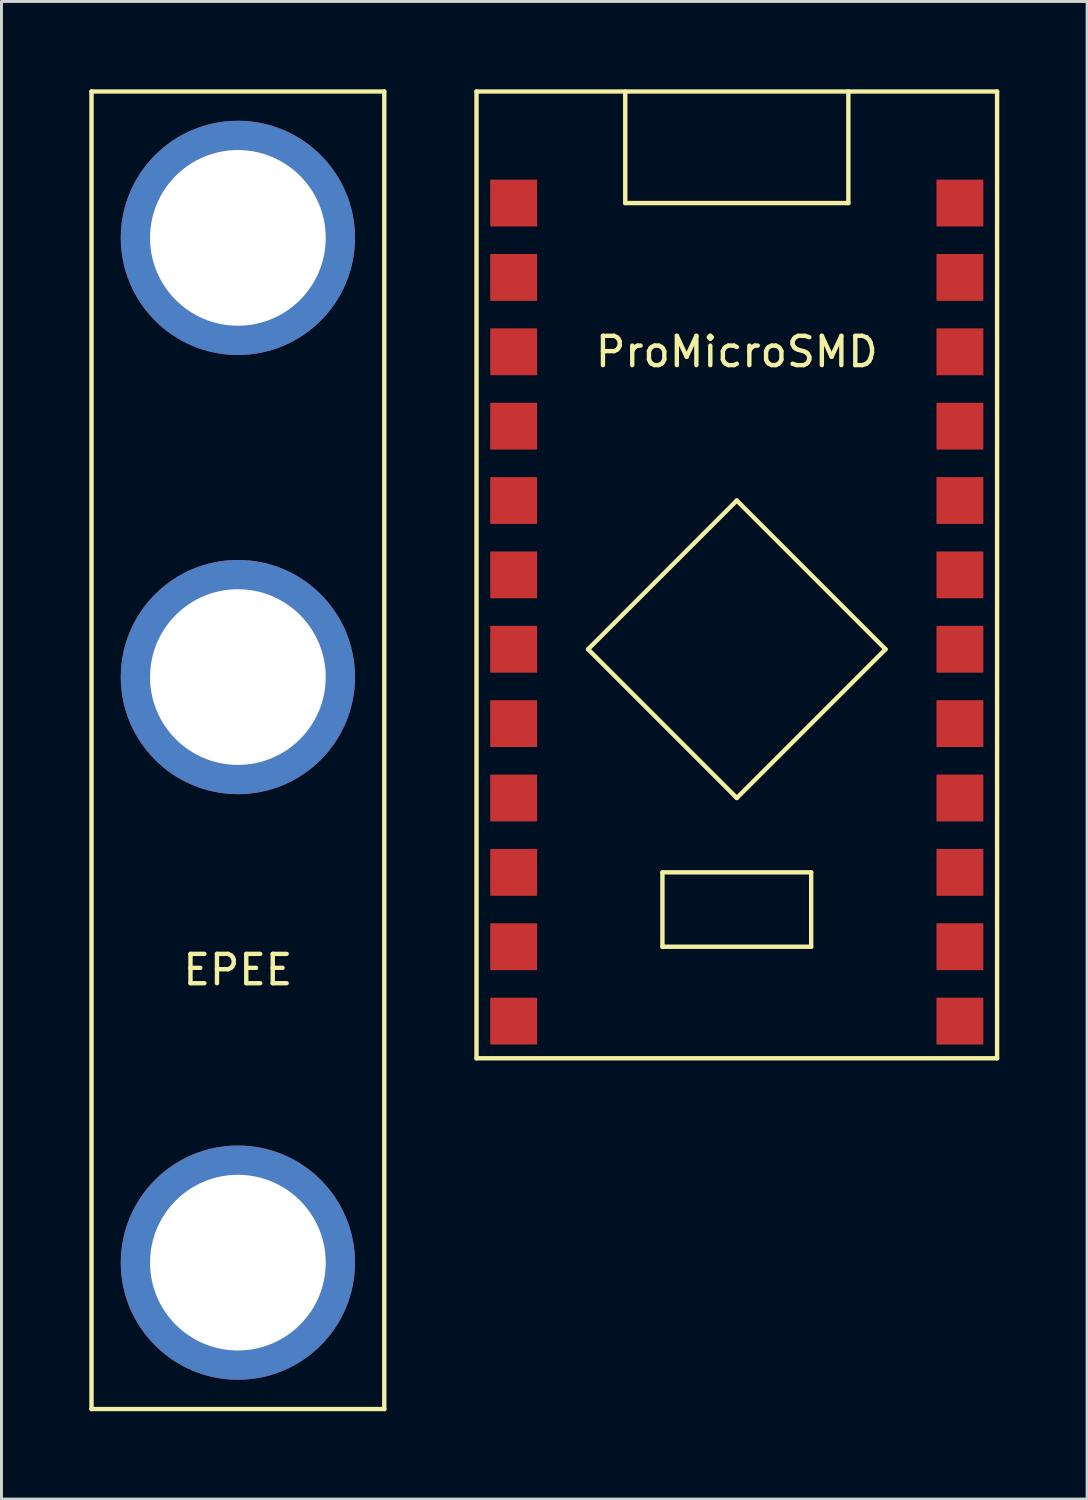
<source format=kicad_pcb>
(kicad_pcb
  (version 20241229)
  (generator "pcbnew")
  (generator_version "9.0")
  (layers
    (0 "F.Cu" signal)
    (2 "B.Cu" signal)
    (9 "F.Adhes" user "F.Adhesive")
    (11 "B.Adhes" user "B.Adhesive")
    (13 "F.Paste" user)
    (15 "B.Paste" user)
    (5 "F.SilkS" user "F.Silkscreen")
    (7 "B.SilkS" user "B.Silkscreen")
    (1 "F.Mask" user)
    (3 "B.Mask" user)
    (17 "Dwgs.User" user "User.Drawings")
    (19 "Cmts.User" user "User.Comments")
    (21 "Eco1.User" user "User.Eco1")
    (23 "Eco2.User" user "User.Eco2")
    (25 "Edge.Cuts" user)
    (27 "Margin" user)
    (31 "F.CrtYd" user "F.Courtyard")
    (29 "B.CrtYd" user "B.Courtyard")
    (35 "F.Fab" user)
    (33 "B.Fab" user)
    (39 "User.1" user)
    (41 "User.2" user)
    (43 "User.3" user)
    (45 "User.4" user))
  (footprint "EPEE"
    (layer "F.Cu")
    (at 5.075 20.075)
    (property "Reference" "EPEE" (at 0 10 0) (layer "F.SilkS") (effects (font (size 1 1) (thickness 0.15))))
    (attr through_hole)
    (fp_line (start -5 -20) (end 5 -20) (stroke (width 0.15) (type solid)) (layer "F.SilkS"))
    (fp_line (start -5 25) (end -5 -20) (stroke (width 0.15) (type solid)) (layer "F.SilkS"))
    (fp_line (start 5 -20) (end 5 25) (stroke (width 0.15) (type solid)) (layer "F.SilkS"))
    (fp_line (start 5 25) (end -5 25) (stroke (width 0.15) (type solid)) (layer "F.SilkS"))
    (pad "1" thru_hole circle (at 0 -15) (size 8 8) (drill 6) (layers "*.Cu" "*.Mask"))
    (pad "2" thru_hole circle (at 0 0) (size 8 8) (drill 6) (layers "*.Cu" "*.Mask"))
    (pad "3" thru_hole circle (at 0 20) (size 8 8) (drill 6) (layers "*.Cu" "*.Mask")))
  (footprint "ProMicroSMD"
    (layer "F.Cu")
    (at 22.115 17.855)
    (property "Reference" "ProMicroSMD" (at 0 -8.89 0) (layer "F.SilkS") (effects (font (size 1 1) (thickness 0.15))))
    (attr through_hole)
    (fp_line (start -8.89 -17.78) (end -8.89 15.24) (stroke (width 0.15) (type solid)) (layer "F.SilkS"))
    (fp_line (start -8.89 15.24) (end 8.89 15.24) (stroke (width 0.15) (type solid)) (layer "F.SilkS"))
    (fp_line (start -5.08 1.27) (end 0 -3.81) (stroke (width 0.15) (type solid)) (layer "F.SilkS"))
    (fp_line (start -3.81 -17.78) (end -3.81 -13.97) (stroke (width 0.15) (type solid)) (layer "F.SilkS"))
    (fp_line (start -3.81 -13.97) (end 3.81 -13.97) (stroke (width 0.15) (type solid)) (layer "F.SilkS"))
    (fp_line (start -2.54 8.89) (end 2.54 8.89) (stroke (width 0.15) (type solid)) (layer "F.SilkS"))
    (fp_line (start -2.54 11.43) (end -2.54 8.89) (stroke (width 0.15) (type solid)) (layer "F.SilkS"))
    (fp_line (start 0 -3.81) (end 5.08 1.27) (stroke (width 0.15) (type solid)) (layer "F.SilkS"))
    (fp_line (start 0 6.35) (end -5.08 1.27) (stroke (width 0.15) (type solid)) (layer "F.SilkS"))
    (fp_line (start 2.54 8.89) (end 2.54 11.43) (stroke (width 0.15) (type solid)) (layer "F.SilkS"))
    (fp_line (start 2.54 11.43) (end -2.54 11.43) (stroke (width 0.15) (type solid)) (layer "F.SilkS"))
    (fp_line (start 3.81 -13.97) (end 3.81 -17.78) (stroke (width 0.15) (type solid)) (layer "F.SilkS"))
    (fp_line (start 5.08 1.27) (end 0 6.35) (stroke (width 0.15) (type solid)) (layer "F.SilkS"))
    (fp_line (start 8.89 -17.78) (end -8.89 -17.78) (stroke (width 0.15) (type solid)) (layer "F.SilkS"))
    (fp_line (start 8.89 15.24) (end 8.89 -17.78) (stroke (width 0.15) (type solid)) (layer "F.SilkS"))
    (pad "1" smd rect (at -7.62 -13.97) (size 1.6 1.6) (layers "F.Cu" "F.Mask" "F.Paste"))
    (pad "2" smd rect (at -7.62 -11.43) (size 1.6 1.6) (layers "F.Cu" "F.Mask" "F.Paste"))
    (pad "3" smd rect (at -7.62 -8.89) (size 1.6 1.6) (layers "F.Cu" "F.Mask" "F.Paste"))
    (pad "4" smd rect (at -7.62 -6.35) (size 1.6 1.6) (layers "F.Cu" "F.Mask" "F.Paste"))
    (pad "5" smd rect (at -7.62 -3.81) (size 1.6 1.6) (layers "F.Cu" "F.Mask" "F.Paste"))
    (pad "6" smd rect (at -7.62 -1.27) (size 1.6 1.6) (layers "F.Cu" "F.Mask" "F.Paste"))
    (pad "7" smd rect (at -7.62 1.27) (size 1.6 1.6) (layers "F.Cu" "F.Mask" "F.Paste"))
    (pad "8" smd rect (at -7.62 3.81) (size 1.6 1.6) (layers "F.Cu" "F.Mask" "F.Paste"))
    (pad "9" smd rect (at -7.62 6.35) (size 1.6 1.6) (layers "F.Cu" "F.Mask" "F.Paste"))
    (pad "10" smd rect (at -7.62 8.89) (size 1.6 1.6) (layers "F.Cu" "F.Mask" "F.Paste"))
    (pad "11" smd rect (at -7.62 11.43) (size 1.6 1.6) (layers "F.Cu" "F.Mask" "F.Paste"))
    (pad "12" smd rect (at -7.62 13.97) (size 1.6 1.6) (layers "F.Cu" "F.Mask" "F.Paste"))
    (pad "13" smd rect (at 7.62 13.97) (size 1.6 1.6) (layers "F.Cu" "F.Mask" "F.Paste"))
    (pad "14" smd rect (at 7.62 11.43) (size 1.6 1.6) (layers "F.Cu" "F.Mask" "F.Paste"))
    (pad "15" smd rect (at 7.62 8.89) (size 1.6 1.6) (layers "F.Cu" "F.Mask" "F.Paste"))
    (pad "16" smd rect (at 7.62 6.35) (size 1.6 1.6) (layers "F.Cu" "F.Mask" "F.Paste"))
    (pad "17" smd rect (at 7.62 3.81) (size 1.6 1.6) (layers "F.Cu" "F.Mask" "F.Paste"))
    (pad "18" smd rect (at 7.62 1.27) (size 1.6 1.6) (layers "F.Cu" "F.Mask" "F.Paste"))
    (pad "19" smd rect (at 7.62 -1.27) (size 1.6 1.6) (layers "F.Cu" "F.Mask" "F.Paste"))
    (pad "20" smd rect (at 7.62 -3.81) (size 1.6 1.6) (layers "F.Cu" "F.Mask" "F.Paste"))
    (pad "21" smd rect (at 7.62 -6.35) (size 1.6 1.6) (layers "F.Cu" "F.Mask" "F.Paste"))
    (pad "22" smd rect (at 7.62 -8.89) (size 1.6 1.6) (layers "F.Cu" "F.Mask" "F.Paste"))
    (pad "23" smd rect (at 7.62 -11.43) (size 1.6 1.6) (layers "F.Cu" "F.Mask" "F.Paste"))
    (pad "24" smd rect (at 7.62 -13.97) (size 1.6 1.6) (layers "F.Cu" "F.Mask" "F.Paste")))
  (gr_rect
    (start -3 -3)
    (end 34.08 48.15)
    (stroke (width 0.1) (type default))
    (fill no)
    (layer "Edge.Cuts")))
</source>
